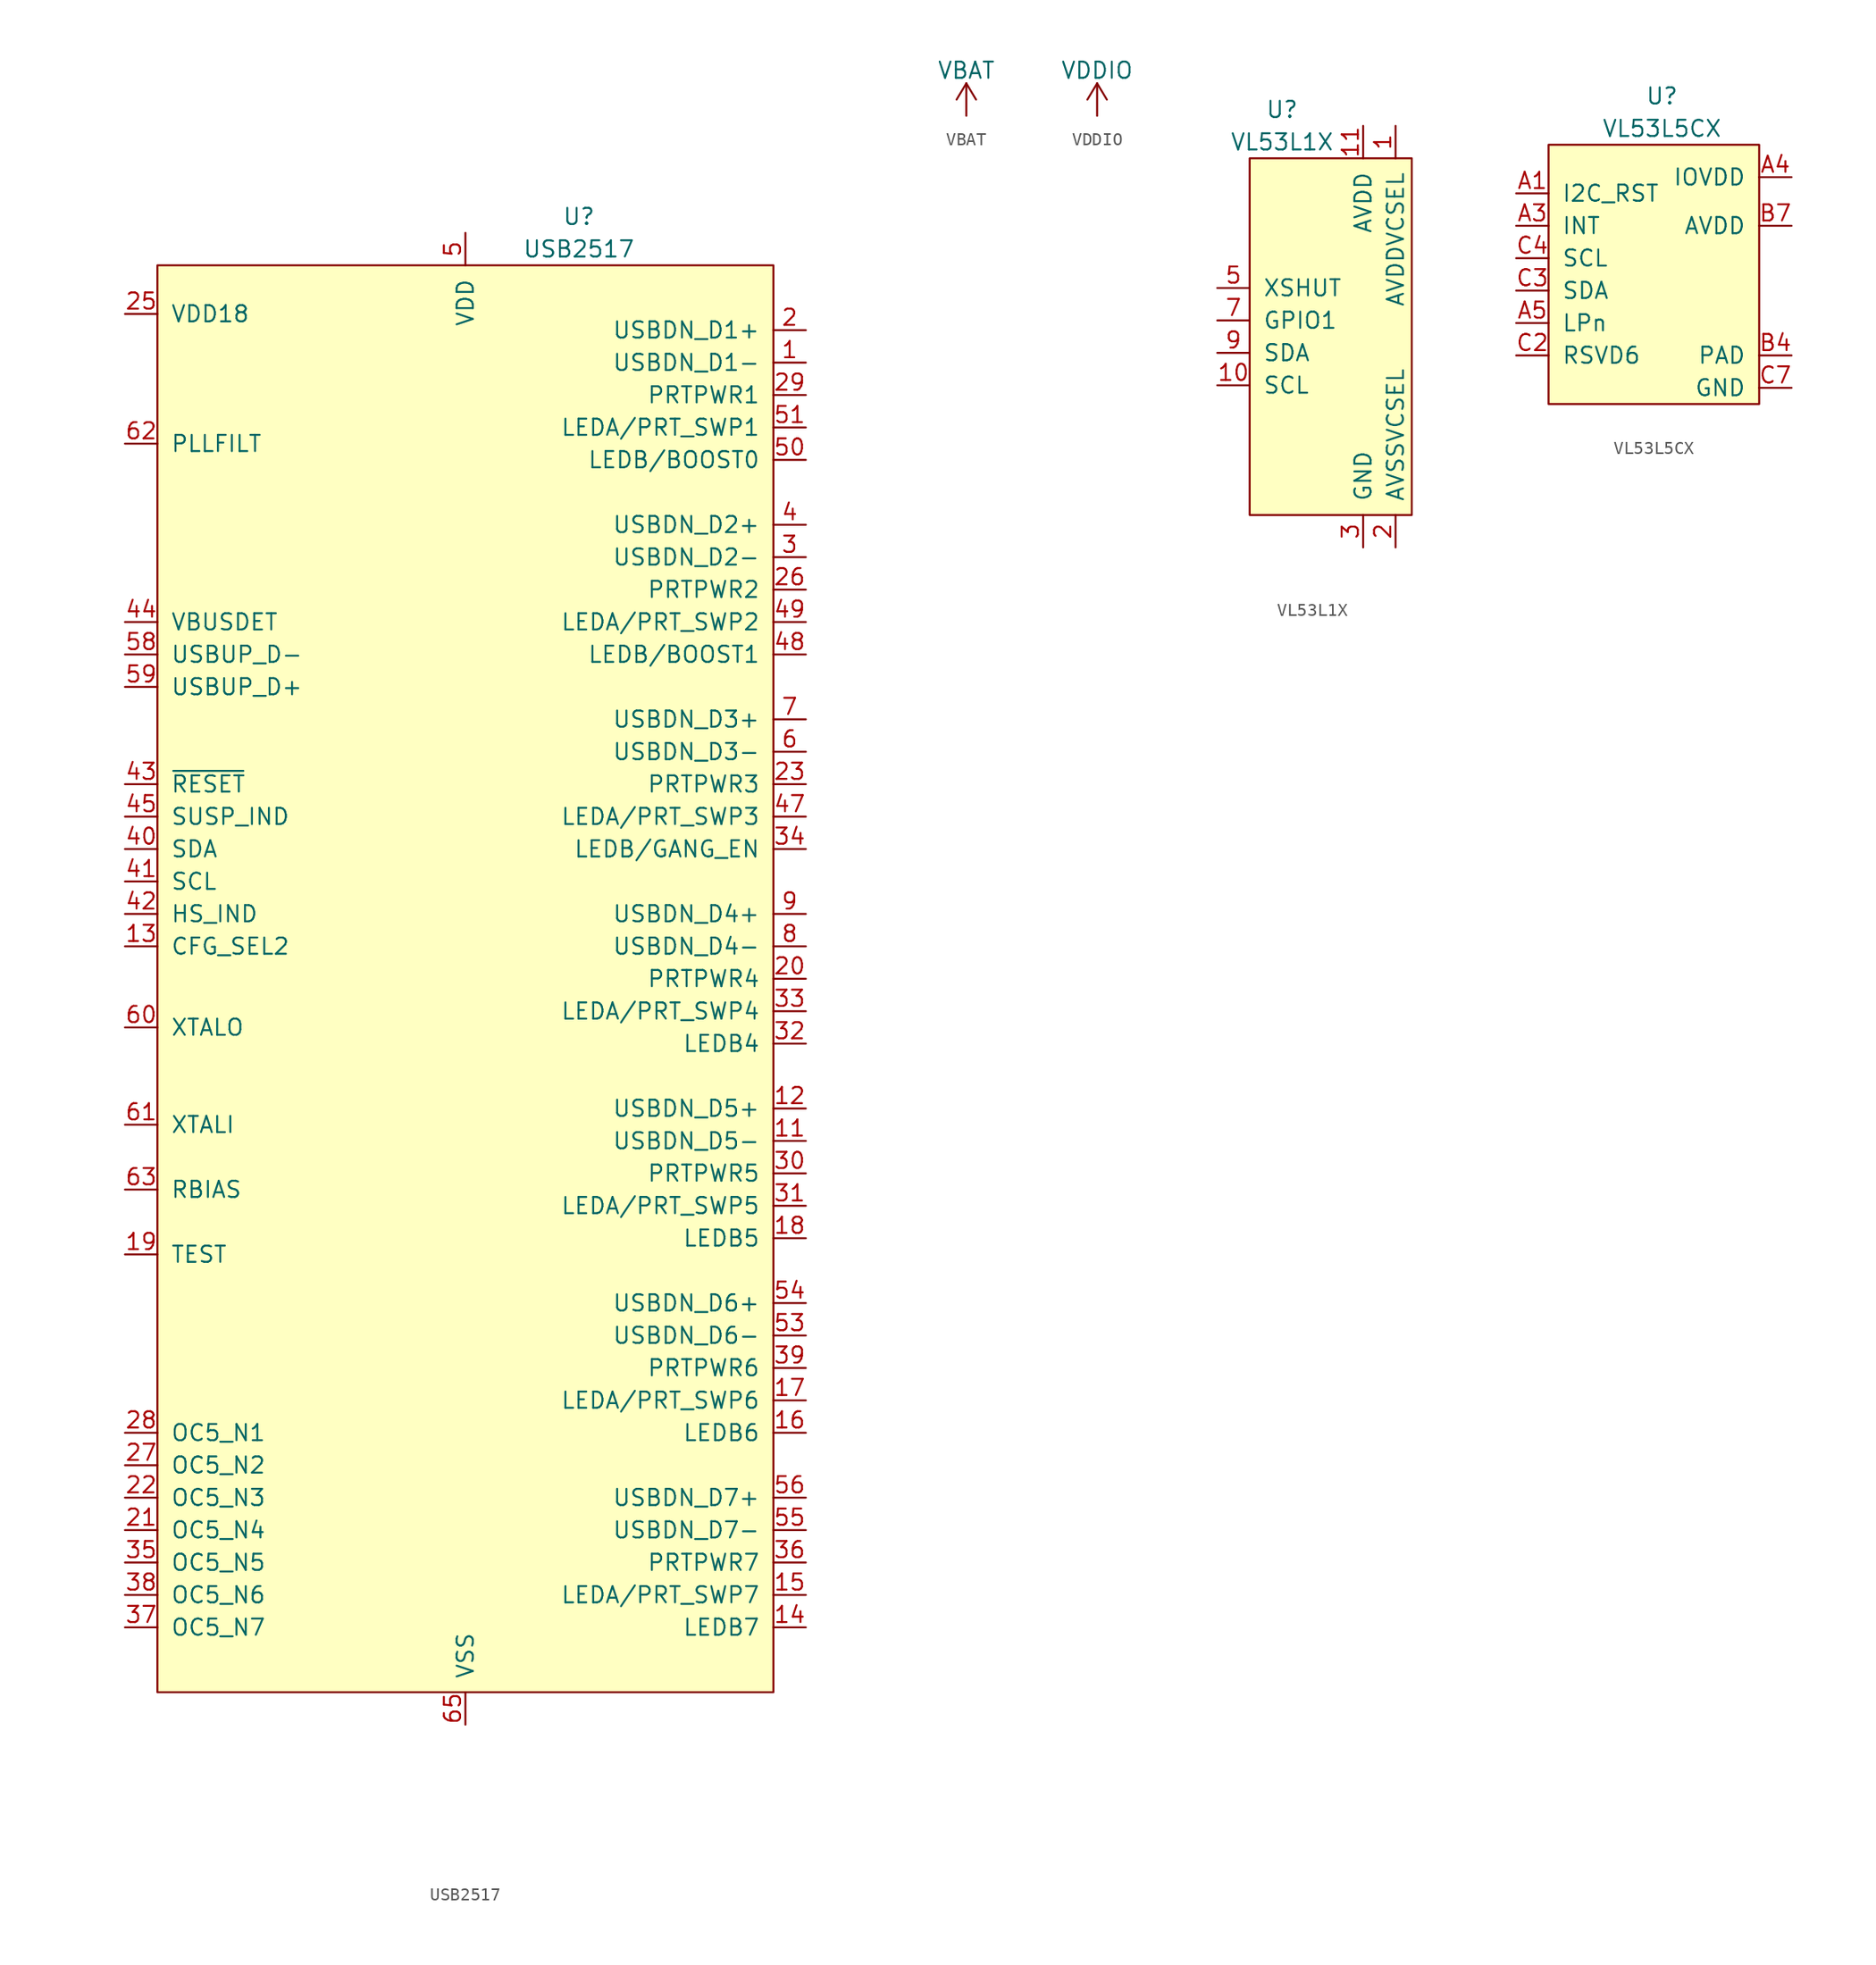
<source format=kicad_sym>
(kicad_symbol_lib
  (version 20231120)
  (generator "kicad_symbol_editor")
  (generator_version "8.0")
  (symbol "USB2517"
    (pin_names
      (offset 1.016))
    (property "Reference" "U"
      (at 8.89 59.69 0)
      (effects (font (size 1.27 1.27))))
    (property "Value" "USB2517"
      (at 8.89 57.15 0)
      (effects (font (size 1.27 1.27))))
    (symbol "USB2517_0_1"
      (rectangle (start 24.13 -55.88) (end -24.13 55.88) (stroke (width 0) (type solid)) (fill (type background))))
    (symbol "USB2517_1_1"
      (pin passive line (at 26.67 48.26 180) (length 2.54) (name "USBDN_D1-" (effects (font (size 1.27 1.27)))) (number "1" (effects (font (size 1.27 1.27)))))
      (pin passive line (at 0 58.42 270) (length 2.54) hide (name "VDD" (effects (font (size 1.27 1.27)))) (number "10" (effects (font (size 1.27 1.27)))))
      (pin passive line (at 26.67 -12.7 180) (length 2.54) (name "USBDN_D5-" (effects (font (size 1.27 1.27)))) (number "11" (effects (font (size 1.27 1.27)))))
      (pin passive line (at 26.67 -10.16 180) (length 2.54) (name "USBDN_D5+" (effects (font (size 1.27 1.27)))) (number "12" (effects (font (size 1.27 1.27)))))
      (pin passive line (at -26.67 2.54 0) (length 2.54) (name "CFG_SEL2" (effects (font (size 1.27 1.27)))) (number "13" (effects (font (size 1.27 1.27)))))
      (pin passive line (at 26.67 -50.8 180) (length 2.54) (name "LEDB7" (effects (font (size 1.27 1.27)))) (number "14" (effects (font (size 1.27 1.27)))))
      (pin passive line (at 26.67 -48.26 180) (length 2.54) (name "LEDA/PRT_SWP7" (effects (font (size 1.27 1.27)))) (number "15" (effects (font (size 1.27 1.27)))))
      (pin passive line (at 26.67 -35.56 180) (length 2.54) (name "LEDB6" (effects (font (size 1.27 1.27)))) (number "16" (effects (font (size 1.27 1.27)))))
      (pin passive line (at 26.67 -33.02 180) (length 2.54) (name "LEDA/PRT_SWP6" (effects (font (size 1.27 1.27)))) (number "17" (effects (font (size 1.27 1.27)))))
      (pin passive line (at 26.67 -20.32 180) (length 2.54) (name "LEDB5" (effects (font (size 1.27 1.27)))) (number "18" (effects (font (size 1.27 1.27)))))
      (pin passive line (at -26.67 -21.59 0) (length 2.54) (name "TEST" (effects (font (size 1.27 1.27)))) (number "19" (effects (font (size 1.27 1.27)))))
      (pin passive line (at 26.67 50.8 180) (length 2.54) (name "USBDN_D1+" (effects (font (size 1.27 1.27)))) (number "2" (effects (font (size 1.27 1.27)))))
      (pin passive line (at 26.67 0 180) (length 2.54) (name "PRTPWR4" (effects (font (size 1.27 1.27)))) (number "20" (effects (font (size 1.27 1.27)))))
      (pin passive line (at -26.67 -43.18 0) (length 2.54) (name "OC5_N4" (effects (font (size 1.27 1.27)))) (number "21" (effects (font (size 1.27 1.27)))))
      (pin passive line (at -26.67 -40.64 0) (length 2.54) (name "OC5_N3" (effects (font (size 1.27 1.27)))) (number "22" (effects (font (size 1.27 1.27)))))
      (pin passive line (at 26.67 15.24 180) (length 2.54) (name "PRTPWR3" (effects (font (size 1.27 1.27)))) (number "23" (effects (font (size 1.27 1.27)))))
      (pin passive line (at 0 58.42 270) (length 2.54) hide (name "VDD" (effects (font (size 1.27 1.27)))) (number "24" (effects (font (size 1.27 1.27)))))
      (pin passive line (at -26.67 52.07 0) (length 2.54) (name "VDD18" (effects (font (size 1.27 1.27)))) (number "25" (effects (font (size 1.27 1.27)))))
      (pin passive line (at 26.67 30.48 180) (length 2.54) (name "PRTPWR2" (effects (font (size 1.27 1.27)))) (number "26" (effects (font (size 1.27 1.27)))))
      (pin passive line (at -26.67 -38.1 0) (length 2.54) (name "OC5_N2" (effects (font (size 1.27 1.27)))) (number "27" (effects (font (size 1.27 1.27)))))
      (pin passive line (at -26.67 -35.56 0) (length 2.54) (name "OC5_N1" (effects (font (size 1.27 1.27)))) (number "28" (effects (font (size 1.27 1.27)))))
      (pin passive line (at 26.67 45.72 180) (length 2.54) (name "PRTPWR1" (effects (font (size 1.27 1.27)))) (number "29" (effects (font (size 1.27 1.27)))))
      (pin passive line (at 26.67 33.02 180) (length 2.54) (name "USBDN_D2-" (effects (font (size 1.27 1.27)))) (number "3" (effects (font (size 1.27 1.27)))))
      (pin passive line (at 26.67 -15.24 180) (length 2.54) (name "PRTPWR5" (effects (font (size 1.27 1.27)))) (number "30" (effects (font (size 1.27 1.27)))))
      (pin passive line (at 26.67 -17.78 180) (length 2.54) (name "LEDA/PRT_SWP5" (effects (font (size 1.27 1.27)))) (number "31" (effects (font (size 1.27 1.27)))))
      (pin passive line (at 26.67 -5.08 180) (length 2.54) (name "LEDB4" (effects (font (size 1.27 1.27)))) (number "32" (effects (font (size 1.27 1.27)))))
      (pin passive line (at 26.67 -2.54 180) (length 2.54) (name "LEDA/PRT_SWP4" (effects (font (size 1.27 1.27)))) (number "33" (effects (font (size 1.27 1.27)))))
      (pin passive line (at 26.67 10.16 180) (length 2.54) (name "LEDB/GANG_EN" (effects (font (size 1.27 1.27)))) (number "34" (effects (font (size 1.27 1.27)))))
      (pin passive line (at -26.67 -45.72 0) (length 2.54) (name "OC5_N5" (effects (font (size 1.27 1.27)))) (number "35" (effects (font (size 1.27 1.27)))))
      (pin passive line (at 26.67 -45.72 180) (length 2.54) (name "PRTPWR7" (effects (font (size 1.27 1.27)))) (number "36" (effects (font (size 1.27 1.27)))))
      (pin passive line (at -26.67 -50.8 0) (length 2.54) (name "OC5_N7" (effects (font (size 1.27 1.27)))) (number "37" (effects (font (size 1.27 1.27)))))
      (pin passive line (at -26.67 -48.26 0) (length 2.54) (name "OC5_N6" (effects (font (size 1.27 1.27)))) (number "38" (effects (font (size 1.27 1.27)))))
      (pin passive line (at 26.67 -30.48 180) (length 2.54) (name "PRTPWR6" (effects (font (size 1.27 1.27)))) (number "39" (effects (font (size 1.27 1.27)))))
      (pin passive line (at 26.67 35.56 180) (length 2.54) (name "USBDN_D2+" (effects (font (size 1.27 1.27)))) (number "4" (effects (font (size 1.27 1.27)))))
      (pin passive line (at -26.67 10.16 0) (length 2.54) (name "SDA" (effects (font (size 1.27 1.27)))) (number "40" (effects (font (size 1.27 1.27)))))
      (pin passive line (at -26.67 7.62 0) (length 2.54) (name "SCL" (effects (font (size 1.27 1.27)))) (number "41" (effects (font (size 1.27 1.27)))))
      (pin passive line (at -26.67 5.08 0) (length 2.54) (name "HS_IND" (effects (font (size 1.27 1.27)))) (number "42" (effects (font (size 1.27 1.27)))))
      (pin passive line (at -26.67 15.24 0) (length 2.54) (name "~{RESET}" (effects (font (size 1.27 1.27)))) (number "43" (effects (font (size 1.27 1.27)))))
      (pin passive line (at -26.67 27.94 0) (length 2.54) (name "VBUSDET" (effects (font (size 1.27 1.27)))) (number "44" (effects (font (size 1.27 1.27)))))
      (pin passive line (at -26.67 12.7 0) (length 2.54) (name "SUSP_IND" (effects (font (size 1.27 1.27)))) (number "45" (effects (font (size 1.27 1.27)))))
      (pin passive line (at 0 58.42 270) (length 2.54) hide (name "VDD" (effects (font (size 1.27 1.27)))) (number "46" (effects (font (size 1.27 1.27)))))
      (pin passive line (at 26.67 12.7 180) (length 2.54) (name "LEDA/PRT_SWP3" (effects (font (size 1.27 1.27)))) (number "47" (effects (font (size 1.27 1.27)))))
      (pin passive line (at 26.67 25.4 180) (length 2.54) (name "LEDB/BOOST1" (effects (font (size 1.27 1.27)))) (number "48" (effects (font (size 1.27 1.27)))))
      (pin passive line (at 26.67 27.94 180) (length 2.54) (name "LEDA/PRT_SWP2" (effects (font (size 1.27 1.27)))) (number "49" (effects (font (size 1.27 1.27)))))
      (pin passive line (at 0 58.42 270) (length 2.54) (name "VDD" (effects (font (size 1.27 1.27)))) (number "5" (effects (font (size 1.27 1.27)))))
      (pin passive line (at 26.67 40.64 180) (length 2.54) (name "LEDB/BOOST0" (effects (font (size 1.27 1.27)))) (number "50" (effects (font (size 1.27 1.27)))))
      (pin passive line (at 26.67 43.18 180) (length 2.54) (name "LEDA/PRT_SWP1" (effects (font (size 1.27 1.27)))) (number "51" (effects (font (size 1.27 1.27)))))
      (pin passive line (at 0 58.42 270) (length 2.54) hide (name "VDD" (effects (font (size 1.27 1.27)))) (number "52" (effects (font (size 1.27 1.27)))))
      (pin passive line (at 26.67 -27.94 180) (length 2.54) (name "USBDN_D6-" (effects (font (size 1.27 1.27)))) (number "53" (effects (font (size 1.27 1.27)))))
      (pin passive line (at 26.67 -25.4 180) (length 2.54) (name "USBDN_D6+" (effects (font (size 1.27 1.27)))) (number "54" (effects (font (size 1.27 1.27)))))
      (pin passive line (at 26.67 -43.18 180) (length 2.54) (name "USBDN_D7-" (effects (font (size 1.27 1.27)))) (number "55" (effects (font (size 1.27 1.27)))))
      (pin passive line (at 26.67 -40.64 180) (length 2.54) (name "USBDN_D7+" (effects (font (size 1.27 1.27)))) (number "56" (effects (font (size 1.27 1.27)))))
      (pin passive line (at 0 58.42 270) (length 2.54) hide (name "VDD" (effects (font (size 1.27 1.27)))) (number "57" (effects (font (size 1.27 1.27)))))
      (pin passive line (at -26.67 25.4 0) (length 2.54) (name "USBUP_D-" (effects (font (size 1.27 1.27)))) (number "58" (effects (font (size 1.27 1.27)))))
      (pin passive line (at -26.67 22.86 0) (length 2.54) (name "USBUP_D+" (effects (font (size 1.27 1.27)))) (number "59" (effects (font (size 1.27 1.27)))))
      (pin passive line (at 26.67 17.78 180) (length 2.54) (name "USBDN_D3-" (effects (font (size 1.27 1.27)))) (number "6" (effects (font (size 1.27 1.27)))))
      (pin passive line (at -26.67 -3.81 0) (length 2.54) (name "XTALO" (effects (font (size 1.27 1.27)))) (number "60" (effects (font (size 1.27 1.27)))))
      (pin passive line (at -26.67 -11.43 0) (length 2.54) (name "XTALI" (effects (font (size 1.27 1.27)))) (number "61" (effects (font (size 1.27 1.27)))))
      (pin passive line (at -26.67 41.91 0) (length 2.54) (name "PLLFILT" (effects (font (size 1.27 1.27)))) (number "62" (effects (font (size 1.27 1.27)))))
      (pin passive line (at -26.67 -16.51 0) (length 2.54) (name "RBIAS" (effects (font (size 1.27 1.27)))) (number "63" (effects (font (size 1.27 1.27)))))
      (pin passive line (at 0 58.42 270) (length 2.54) hide (name "VDD" (effects (font (size 1.27 1.27)))) (number "64" (effects (font (size 1.27 1.27)))))
      (pin passive line (at 0 -58.42 90) (length 2.54) (name "VSS" (effects (font (size 1.27 1.27)))) (number "65" (effects (font (size 1.27 1.27)))))
      (pin passive line (at 26.67 20.32 180) (length 2.54) (name "USBDN_D3+" (effects (font (size 1.27 1.27)))) (number "7" (effects (font (size 1.27 1.27)))))
      (pin passive line (at 26.67 2.54 180) (length 2.54) (name "USBDN_D4-" (effects (font (size 1.27 1.27)))) (number "8" (effects (font (size 1.27 1.27)))))
      (pin passive line (at 26.67 5.08 180) (length 2.54) (name "USBDN_D4+" (effects (font (size 1.27 1.27)))) (number "9" (effects (font (size 1.27 1.27)))))))
  (symbol "VBAT"
    (power)
    (pin_names
      (offset 0))
    (property "Reference" "#PWR"
      (at 0 -3.81 0)
      (effects (font (size 1.27 1.27)) (hide yes)))
    (property "Value" "VBAT"
      (at 0 3.556 0)
      (effects (font (size 1.27 1.27))))
    (property "Footprint" ""
      (at 0 0 0)
      (effects (font (size 1.524 1.524))))
    (property "Datasheet" ""
      (at 0 0 0)
      (effects (font (size 1.524 1.524))))
    (symbol "VBAT_0_1"
      (polyline (pts (xy -0.762 1.27) (xy 0 2.54)) (stroke (width 0) (type solid)) (fill (type none)))
      (polyline (pts (xy 0 0) (xy 0 2.54)) (stroke (width 0) (type solid)) (fill (type none)))
      (polyline (pts (xy 0 2.54) (xy 0.762 1.27)) (stroke (width 0) (type solid)) (fill (type none))))
    (symbol "VBAT_1_1"
      (pin power_in line (at 0 0 90) (length 0) hide (name "VBAT" (effects (font (size 1.27 1.27)))) (number "1" (effects (font (size 1.27 1.27)))))))
  (symbol "VDDIO"
    (power)
    (pin_names
      (offset 0))
    (property "Reference" "#PWR"
      (at 0 -3.81 0)
      (effects (font (size 1.27 1.27)) (hide yes)))
    (property "Value" "VDDIO"
      (at 0 3.556 0)
      (effects (font (size 1.27 1.27))))
    (symbol "VDDIO_0_1"
      (polyline (pts (xy -0.762 1.27) (xy 0 2.54)) (stroke (width 0) (type solid)) (fill (type none)))
      (polyline (pts (xy 0 0) (xy 0 2.54)) (stroke (width 0) (type solid)) (fill (type none)))
      (polyline (pts (xy 0 2.54) (xy 0.762 1.27)) (stroke (width 0) (type solid)) (fill (type none))))
    (symbol "VDDIO_1_1"
      (pin power_in line (at 0 0 90) (length 0) hide (name "+1V2" (effects (font (size 1.27 1.27)))) (number "1" (effects (font (size 1.27 1.27)))))))
  (symbol "VL53L1X"
    (pin_names
      (offset 1.016))
    (property "Reference" "U"
      (at -6.35 17.78 0)
      (effects (font (size 1.27 1.27))))
    (property "Value" "VL53L1X"
      (at -6.35 15.24 0)
      (effects (font (size 1.27 1.27))))
    (symbol "VL53L1X_0_1"
      (rectangle (start -8.89 13.97) (end 3.81 -13.97) (stroke (width 0) (type solid)) (fill (type background))))
    (symbol "VL53L1X_1_1"
      (pin input line (at 2.54 16.51 270) (length 2.54) (name "AVDDVCSEL" (effects (font (size 1.27 1.27)))) (number "1" (effects (font (size 1.27 1.27)))))
      (pin input line (at -11.43 -3.81 0) (length 2.54) (name "SCL" (effects (font (size 1.27 1.27)))) (number "10" (effects (font (size 1.27 1.27)))))
      (pin input line (at 0 16.51 270) (length 2.54) (name "AVDD" (effects (font (size 1.27 1.27)))) (number "11" (effects (font (size 1.27 1.27)))))
      (pin input line (at 0 -16.51 90) (length 2.54) hide (name "GND" (effects (font (size 1.27 1.27)))) (number "12" (effects (font (size 1.27 1.27)))))
      (pin input line (at 2.54 -16.51 90) (length 2.54) (name "AVSSVCSEL" (effects (font (size 1.27 1.27)))) (number "2" (effects (font (size 1.27 1.27)))))
      (pin input line (at 0 -16.51 90) (length 2.54) (name "GND" (effects (font (size 1.27 1.27)))) (number "3" (effects (font (size 1.27 1.27)))))
      (pin input line (at 0 -16.51 90) (length 2.54) hide (name "GND" (effects (font (size 1.27 1.27)))) (number "4" (effects (font (size 1.27 1.27)))))
      (pin input line (at -11.43 3.81 0) (length 2.54) (name "XSHUT" (effects (font (size 1.27 1.27)))) (number "5" (effects (font (size 1.27 1.27)))))
      (pin input line (at 0 -16.51 90) (length 2.54) hide (name "GND" (effects (font (size 1.27 1.27)))) (number "6" (effects (font (size 1.27 1.27)))))
      (pin input line (at -11.43 1.27 0) (length 2.54) (name "GPIO1" (effects (font (size 1.27 1.27)))) (number "7" (effects (font (size 1.27 1.27)))))
      (pin input line (at -2.54 0 0) (length 2.54) hide (name "NC" (effects (font (size 1.27 1.27)))) (number "8" (effects (font (size 1.27 1.27)))))
      (pin input line (at -11.43 -1.27 0) (length 2.54) (name "SDA" (effects (font (size 1.27 1.27)))) (number "9" (effects (font (size 1.27 1.27)))))))
  (symbol "VL53L5CX"
    (pin_names
      (offset 1.016))
    (property "Reference" "U"
      (at 0 13.97 0)
      (effects (font (size 1.27 1.27))))
    (property "Value" "VL53L5CX"
      (at 0 11.43 0)
      (effects (font (size 1.27 1.27))))
    (symbol "VL53L5CX_0_1"
      (rectangle (start -8.89 10.16) (end 7.62 -10.16) (stroke (width 0) (type solid)) (fill (type background))))
    (symbol "VL53L5CX_1_1"
      (pin input line (at -11.43 6.35 0) (length 2.54) (name "I2C_RST" (effects (font (size 1.27 1.27)))) (number "A1" (effects (font (size 1.27 1.27)))))
      (pin input line (at 10.16 -8.89 180) (length 2.54) hide (name "GND" (effects (font (size 1.27 1.27)))) (number "A2" (effects (font (size 1.27 1.27)))))
      (pin input line (at -11.43 3.81 0) (length 2.54) (name "INT" (effects (font (size 1.27 1.27)))) (number "A3" (effects (font (size 1.27 1.27)))))
      (pin input line (at 10.16 7.62 180) (length 2.54) (name "IOVDD" (effects (font (size 1.27 1.27)))) (number "A4" (effects (font (size 1.27 1.27)))))
      (pin input line (at -11.43 -3.81 0) (length 2.54) (name "LPn" (effects (font (size 1.27 1.27)))) (number "A5" (effects (font (size 1.27 1.27)))))
      (pin input line (at 10.16 -8.89 180) (length 2.54) hide (name "GND" (effects (font (size 1.27 1.27)))) (number "A6" (effects (font (size 1.27 1.27)))))
      (pin input line (at 10.16 -8.89 180) (length 2.54) hide (name "GND" (effects (font (size 1.27 1.27)))) (number "A7" (effects (font (size 1.27 1.27)))))
      (pin input line (at 10.16 3.81 180) (length 2.54) hide (name "AVDD" (effects (font (size 1.27 1.27)))) (number "B1" (effects (font (size 1.27 1.27)))))
      (pin input line (at 10.16 -6.35 180) (length 2.54) (name "PAD" (effects (font (size 1.27 1.27)))) (number "B4" (effects (font (size 1.27 1.27)))))
      (pin input line (at 10.16 3.81 180) (length 2.54) (name "AVDD" (effects (font (size 1.27 1.27)))) (number "B7" (effects (font (size 1.27 1.27)))))
      (pin input line (at 10.16 -8.89 180) (length 2.54) hide (name "GND" (effects (font (size 1.27 1.27)))) (number "C1" (effects (font (size 1.27 1.27)))))
      (pin input line (at -11.43 -6.35 0) (length 2.54) (name "RSVD6" (effects (font (size 1.27 1.27)))) (number "C2" (effects (font (size 1.27 1.27)))))
      (pin input line (at -11.43 -1.27 0) (length 2.54) (name "SDA" (effects (font (size 1.27 1.27)))) (number "C3" (effects (font (size 1.27 1.27)))))
      (pin input line (at -11.43 1.27 0) (length 2.54) (name "SCL" (effects (font (size 1.27 1.27)))) (number "C4" (effects (font (size 1.27 1.27)))))
      (pin no_connect line (at 10.16 -2.54 180) (length 2.54) hide (name "RSVD5" (effects (font (size 1.27 1.27)))) (number "C5" (effects (font (size 1.27 1.27)))))
      (pin input line (at 10.16 -8.89 180) (length 2.54) hide (name "GND" (effects (font (size 1.27 1.27)))) (number "C6" (effects (font (size 1.27 1.27)))))
      (pin input line (at 10.16 -8.89 180) (length 2.54) (name "GND" (effects (font (size 1.27 1.27)))) (number "C7" (effects (font (size 1.27 1.27))))))))
</source>
